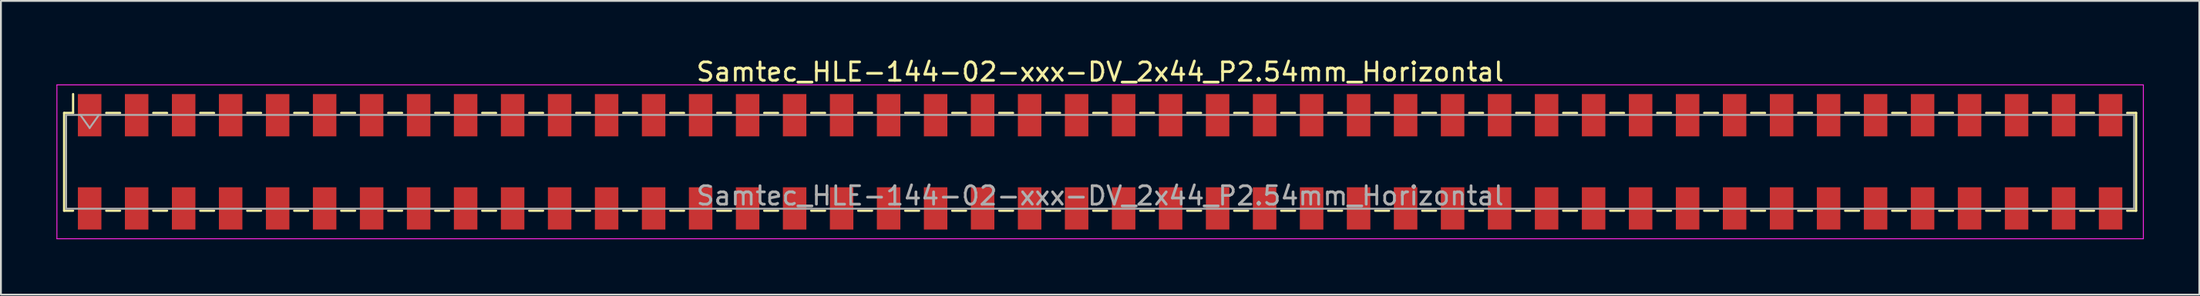
<source format=kicad_pcb>
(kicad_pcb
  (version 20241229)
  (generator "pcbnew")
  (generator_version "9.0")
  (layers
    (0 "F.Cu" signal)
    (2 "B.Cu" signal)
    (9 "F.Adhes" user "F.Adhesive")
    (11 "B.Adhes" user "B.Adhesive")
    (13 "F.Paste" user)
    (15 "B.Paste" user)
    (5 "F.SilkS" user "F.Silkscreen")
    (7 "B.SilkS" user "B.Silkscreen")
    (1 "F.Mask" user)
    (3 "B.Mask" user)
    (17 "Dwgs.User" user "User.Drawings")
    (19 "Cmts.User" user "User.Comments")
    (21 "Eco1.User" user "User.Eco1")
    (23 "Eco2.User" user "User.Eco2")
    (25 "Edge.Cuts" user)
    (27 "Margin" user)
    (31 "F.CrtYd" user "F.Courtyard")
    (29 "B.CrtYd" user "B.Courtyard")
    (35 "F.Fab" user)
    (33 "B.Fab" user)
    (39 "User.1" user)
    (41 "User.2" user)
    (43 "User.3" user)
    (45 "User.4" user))
  (footprint "Samtec_HLE-144-02-xxx-DV_2x44_P2.54mm_Horizontal"
    (layer "F.Cu")
    (at 56.405 5.718)
    (property "Reference" "Samtec_HLE-144-02-xxx-DV_2x44_P2.54mm_Horizontal" (at 0 -4.87 0) (layer "F.SilkS") (effects (font (size 1 1) (thickness 0.15))))
    (attr smd)
    (fp_line (start -55.99 -2.65) (end -55.99 2.65) (stroke (width 0.12) (type solid)) (layer "F.SilkS"))
    (fp_line (start -55.99 2.65) (end -55.505 2.65) (stroke (width 0.12) (type solid)) (layer "F.SilkS"))
    (fp_line (start -55.505 -3.67) (end -55.505 -2.65) (stroke (width 0.12) (type solid)) (layer "F.SilkS"))
    (fp_line (start -55.505 -2.65) (end -55.99 -2.65) (stroke (width 0.12) (type solid)) (layer "F.SilkS"))
    (fp_line (start -53.715 -2.65) (end -52.965 -2.65) (stroke (width 0.12) (type solid)) (layer "F.SilkS"))
    (fp_line (start -53.715 2.65) (end -52.965 2.65) (stroke (width 0.12) (type solid)) (layer "F.SilkS"))
    (fp_line (start -51.175 -2.65) (end -50.425 -2.65) (stroke (width 0.12) (type solid)) (layer "F.SilkS"))
    (fp_line (start -51.175 2.65) (end -50.425 2.65) (stroke (width 0.12) (type solid)) (layer "F.SilkS"))
    (fp_line (start -48.635 -2.65) (end -47.885 -2.65) (stroke (width 0.12) (type solid)) (layer "F.SilkS"))
    (fp_line (start -48.635 2.65) (end -47.885 2.65) (stroke (width 0.12) (type solid)) (layer "F.SilkS"))
    (fp_line (start -46.095 -2.65) (end -45.345 -2.65) (stroke (width 0.12) (type solid)) (layer "F.SilkS"))
    (fp_line (start -46.095 2.65) (end -45.345 2.65) (stroke (width 0.12) (type solid)) (layer "F.SilkS"))
    (fp_line (start -43.555 -2.65) (end -42.805 -2.65) (stroke (width 0.12) (type solid)) (layer "F.SilkS"))
    (fp_line (start -43.555 2.65) (end -42.805 2.65) (stroke (width 0.12) (type solid)) (layer "F.SilkS"))
    (fp_line (start -41.015 -2.65) (end -40.265 -2.65) (stroke (width 0.12) (type solid)) (layer "F.SilkS"))
    (fp_line (start -41.015 2.65) (end -40.265 2.65) (stroke (width 0.12) (type solid)) (layer "F.SilkS"))
    (fp_line (start -38.475 -2.65) (end -37.725 -2.65) (stroke (width 0.12) (type solid)) (layer "F.SilkS"))
    (fp_line (start -38.475 2.65) (end -37.725 2.65) (stroke (width 0.12) (type solid)) (layer "F.SilkS"))
    (fp_line (start -35.935 -2.65) (end -35.185 -2.65) (stroke (width 0.12) (type solid)) (layer "F.SilkS"))
    (fp_line (start -35.935 2.65) (end -35.185 2.65) (stroke (width 0.12) (type solid)) (layer "F.SilkS"))
    (fp_line (start -33.395 -2.65) (end -32.645 -2.65) (stroke (width 0.12) (type solid)) (layer "F.SilkS"))
    (fp_line (start -33.395 2.65) (end -32.645 2.65) (stroke (width 0.12) (type solid)) (layer "F.SilkS"))
    (fp_line (start -30.855 -2.65) (end -30.105 -2.65) (stroke (width 0.12) (type solid)) (layer "F.SilkS"))
    (fp_line (start -30.855 2.65) (end -30.105 2.65) (stroke (width 0.12) (type solid)) (layer "F.SilkS"))
    (fp_line (start -28.315 -2.65) (end -27.565 -2.65) (stroke (width 0.12) (type solid)) (layer "F.SilkS"))
    (fp_line (start -28.315 2.65) (end -27.565 2.65) (stroke (width 0.12) (type solid)) (layer "F.SilkS"))
    (fp_line (start -25.775 -2.65) (end -25.025 -2.65) (stroke (width 0.12) (type solid)) (layer "F.SilkS"))
    (fp_line (start -25.775 2.65) (end -25.025 2.65) (stroke (width 0.12) (type solid)) (layer "F.SilkS"))
    (fp_line (start -23.235 -2.65) (end -22.485 -2.65) (stroke (width 0.12) (type solid)) (layer "F.SilkS"))
    (fp_line (start -23.235 2.65) (end -22.485 2.65) (stroke (width 0.12) (type solid)) (layer "F.SilkS"))
    (fp_line (start -20.695 -2.65) (end -19.945 -2.65) (stroke (width 0.12) (type solid)) (layer "F.SilkS"))
    (fp_line (start -20.695 2.65) (end -19.945 2.65) (stroke (width 0.12) (type solid)) (layer "F.SilkS"))
    (fp_line (start -18.155 -2.65) (end -17.405 -2.65) (stroke (width 0.12) (type solid)) (layer "F.SilkS"))
    (fp_line (start -18.155 2.65) (end -17.405 2.65) (stroke (width 0.12) (type solid)) (layer "F.SilkS"))
    (fp_line (start -15.615 -2.65) (end -14.865 -2.65) (stroke (width 0.12) (type solid)) (layer "F.SilkS"))
    (fp_line (start -15.615 2.65) (end -14.865 2.65) (stroke (width 0.12) (type solid)) (layer "F.SilkS"))
    (fp_line (start -13.075 -2.65) (end -12.325 -2.65) (stroke (width 0.12) (type solid)) (layer "F.SilkS"))
    (fp_line (start -13.075 2.65) (end -12.325 2.65) (stroke (width 0.12) (type solid)) (layer "F.SilkS"))
    (fp_line (start -10.535 -2.65) (end -9.785 -2.65) (stroke (width 0.12) (type solid)) (layer "F.SilkS"))
    (fp_line (start -10.535 2.65) (end -9.785 2.65) (stroke (width 0.12) (type solid)) (layer "F.SilkS"))
    (fp_line (start -7.995 -2.65) (end -7.245 -2.65) (stroke (width 0.12) (type solid)) (layer "F.SilkS"))
    (fp_line (start -7.995 2.65) (end -7.245 2.65) (stroke (width 0.12) (type solid)) (layer "F.SilkS"))
    (fp_line (start -5.455 -2.65) (end -4.705 -2.65) (stroke (width 0.12) (type solid)) (layer "F.SilkS"))
    (fp_line (start -5.455 2.65) (end -4.705 2.65) (stroke (width 0.12) (type solid)) (layer "F.SilkS"))
    (fp_line (start -2.915 -2.65) (end -2.165 -2.65) (stroke (width 0.12) (type solid)) (layer "F.SilkS"))
    (fp_line (start -2.915 2.65) (end -2.165 2.65) (stroke (width 0.12) (type solid)) (layer "F.SilkS"))
    (fp_line (start -0.375 -2.65) (end 0.375 -2.65) (stroke (width 0.12) (type solid)) (layer "F.SilkS"))
    (fp_line (start -0.375 2.65) (end 0.375 2.65) (stroke (width 0.12) (type solid)) (layer "F.SilkS"))
    (fp_line (start 2.165 -2.65) (end 2.915 -2.65) (stroke (width 0.12) (type solid)) (layer "F.SilkS"))
    (fp_line (start 2.165 2.65) (end 2.915 2.65) (stroke (width 0.12) (type solid)) (layer "F.SilkS"))
    (fp_line (start 4.705 -2.65) (end 5.455 -2.65) (stroke (width 0.12) (type solid)) (layer "F.SilkS"))
    (fp_line (start 4.705 2.65) (end 5.455 2.65) (stroke (width 0.12) (type solid)) (layer "F.SilkS"))
    (fp_line (start 7.245 -2.65) (end 7.995 -2.65) (stroke (width 0.12) (type solid)) (layer "F.SilkS"))
    (fp_line (start 7.245 2.65) (end 7.995 2.65) (stroke (width 0.12) (type solid)) (layer "F.SilkS"))
    (fp_line (start 9.785 -2.65) (end 10.535 -2.65) (stroke (width 0.12) (type solid)) (layer "F.SilkS"))
    (fp_line (start 9.785 2.65) (end 10.535 2.65) (stroke (width 0.12) (type solid)) (layer "F.SilkS"))
    (fp_line (start 12.325 -2.65) (end 13.075 -2.65) (stroke (width 0.12) (type solid)) (layer "F.SilkS"))
    (fp_line (start 12.325 2.65) (end 13.075 2.65) (stroke (width 0.12) (type solid)) (layer "F.SilkS"))
    (fp_line (start 14.865 -2.65) (end 15.615 -2.65) (stroke (width 0.12) (type solid)) (layer "F.SilkS"))
    (fp_line (start 14.865 2.65) (end 15.615 2.65) (stroke (width 0.12) (type solid)) (layer "F.SilkS"))
    (fp_line (start 17.405 -2.65) (end 18.155 -2.65) (stroke (width 0.12) (type solid)) (layer "F.SilkS"))
    (fp_line (start 17.405 2.65) (end 18.155 2.65) (stroke (width 0.12) (type solid)) (layer "F.SilkS"))
    (fp_line (start 19.945 -2.65) (end 20.695 -2.65) (stroke (width 0.12) (type solid)) (layer "F.SilkS"))
    (fp_line (start 19.945 2.65) (end 20.695 2.65) (stroke (width 0.12) (type solid)) (layer "F.SilkS"))
    (fp_line (start 22.485 -2.65) (end 23.235 -2.65) (stroke (width 0.12) (type solid)) (layer "F.SilkS"))
    (fp_line (start 22.485 2.65) (end 23.235 2.65) (stroke (width 0.12) (type solid)) (layer "F.SilkS"))
    (fp_line (start 25.025 -2.65) (end 25.775 -2.65) (stroke (width 0.12) (type solid)) (layer "F.SilkS"))
    (fp_line (start 25.025 2.65) (end 25.775 2.65) (stroke (width 0.12) (type solid)) (layer "F.SilkS"))
    (fp_line (start 27.565 -2.65) (end 28.315 -2.65) (stroke (width 0.12) (type solid)) (layer "F.SilkS"))
    (fp_line (start 27.565 2.65) (end 28.315 2.65) (stroke (width 0.12) (type solid)) (layer "F.SilkS"))
    (fp_line (start 30.105 -2.65) (end 30.855 -2.65) (stroke (width 0.12) (type solid)) (layer "F.SilkS"))
    (fp_line (start 30.105 2.65) (end 30.855 2.65) (stroke (width 0.12) (type solid)) (layer "F.SilkS"))
    (fp_line (start 32.645 -2.65) (end 33.395 -2.65) (stroke (width 0.12) (type solid)) (layer "F.SilkS"))
    (fp_line (start 32.645 2.65) (end 33.395 2.65) (stroke (width 0.12) (type solid)) (layer "F.SilkS"))
    (fp_line (start 35.185 -2.65) (end 35.935 -2.65) (stroke (width 0.12) (type solid)) (layer "F.SilkS"))
    (fp_line (start 35.185 2.65) (end 35.935 2.65) (stroke (width 0.12) (type solid)) (layer "F.SilkS"))
    (fp_line (start 37.725 -2.65) (end 38.475 -2.65) (stroke (width 0.12) (type solid)) (layer "F.SilkS"))
    (fp_line (start 37.725 2.65) (end 38.475 2.65) (stroke (width 0.12) (type solid)) (layer "F.SilkS"))
    (fp_line (start 40.265 -2.65) (end 41.015 -2.65) (stroke (width 0.12) (type solid)) (layer "F.SilkS"))
    (fp_line (start 40.265 2.65) (end 41.015 2.65) (stroke (width 0.12) (type solid)) (layer "F.SilkS"))
    (fp_line (start 42.805 -2.65) (end 43.555 -2.65) (stroke (width 0.12) (type solid)) (layer "F.SilkS"))
    (fp_line (start 42.805 2.65) (end 43.555 2.65) (stroke (width 0.12) (type solid)) (layer "F.SilkS"))
    (fp_line (start 45.345 -2.65) (end 46.095 -2.65) (stroke (width 0.12) (type solid)) (layer "F.SilkS"))
    (fp_line (start 45.345 2.65) (end 46.095 2.65) (stroke (width 0.12) (type solid)) (layer "F.SilkS"))
    (fp_line (start 47.885 -2.65) (end 48.635 -2.65) (stroke (width 0.12) (type solid)) (layer "F.SilkS"))
    (fp_line (start 47.885 2.65) (end 48.635 2.65) (stroke (width 0.12) (type solid)) (layer "F.SilkS"))
    (fp_line (start 50.425 -2.65) (end 51.175 -2.65) (stroke (width 0.12) (type solid)) (layer "F.SilkS"))
    (fp_line (start 50.425 2.65) (end 51.175 2.65) (stroke (width 0.12) (type solid)) (layer "F.SilkS"))
    (fp_line (start 52.965 -2.65) (end 53.715 -2.65) (stroke (width 0.12) (type solid)) (layer "F.SilkS"))
    (fp_line (start 52.965 2.65) (end 53.715 2.65) (stroke (width 0.12) (type solid)) (layer "F.SilkS"))
    (fp_line (start 55.505 -2.65) (end 55.99 -2.65) (stroke (width 0.12) (type solid)) (layer "F.SilkS"))
    (fp_line (start 55.99 -2.65) (end 55.99 2.65) (stroke (width 0.12) (type solid)) (layer "F.SilkS"))
    (fp_line (start 55.99 2.65) (end 55.505 2.65) (stroke (width 0.12) (type solid)) (layer "F.SilkS"))
    (fp_line (start -56.38 -4.17) (end 56.38 -4.17) (stroke (width 0.05) (type solid)) (layer "F.CrtYd"))
    (fp_line (start -56.38 4.17) (end -56.38 -4.17) (stroke (width 0.05) (type solid)) (layer "F.CrtYd"))
    (fp_line (start 56.38 -4.17) (end 56.38 4.17) (stroke (width 0.05) (type solid)) (layer "F.CrtYd"))
    (fp_line (start 56.38 4.17) (end -56.38 4.17) (stroke (width 0.05) (type solid)) (layer "F.CrtYd"))
    (fp_line (start -55.88 -2.54) (end 55.88 -2.54) (stroke (width 0.1) (type solid)) (layer "F.Fab"))
    (fp_line (start -55.88 2.54) (end -55.88 -2.54) (stroke (width 0.1) (type solid)) (layer "F.Fab"))
    (fp_line (start -55.11 -2.54) (end -54.61 -1.833) (stroke (width 0.1) (type solid)) (layer "F.Fab"))
    (fp_line (start -54.61 -1.833) (end -54.11 -2.54) (stroke (width 0.1) (type solid)) (layer "F.Fab"))
    (fp_line (start 55.88 -2.54) (end 55.88 2.54) (stroke (width 0.1) (type solid)) (layer "F.Fab"))
    (fp_line (start 55.88 2.54) (end -55.88 2.54) (stroke (width 0.1) (type solid)) (layer "F.Fab"))
    (fp_text user "${REFERENCE}" (at 0 1.84 0) (layer "F.Fab") (effects (font (size 1 1) (thickness 0.15))))
    (pad "1" smd rect (at -54.61 -2.525) (size 1.27 2.29) (layers "F.Cu" "F.Mask" "F.Paste"))
    (pad "2" smd rect (at -54.61 2.525) (size 1.27 2.29) (layers "F.Cu" "F.Mask" "F.Paste"))
    (pad "3" smd rect (at -52.07 -2.525) (size 1.27 2.29) (layers "F.Cu" "F.Mask" "F.Paste"))
    (pad "4" smd rect (at -52.07 2.525) (size 1.27 2.29) (layers "F.Cu" "F.Mask" "F.Paste"))
    (pad "5" smd rect (at -49.53 -2.525) (size 1.27 2.29) (layers "F.Cu" "F.Mask" "F.Paste"))
    (pad "6" smd rect (at -49.53 2.525) (size 1.27 2.29) (layers "F.Cu" "F.Mask" "F.Paste"))
    (pad "7" smd rect (at -46.99 -2.525) (size 1.27 2.29) (layers "F.Cu" "F.Mask" "F.Paste"))
    (pad "8" smd rect (at -46.99 2.525) (size 1.27 2.29) (layers "F.Cu" "F.Mask" "F.Paste"))
    (pad "9" smd rect (at -44.45 -2.525) (size 1.27 2.29) (layers "F.Cu" "F.Mask" "F.Paste"))
    (pad "10" smd rect (at -44.45 2.525) (size 1.27 2.29) (layers "F.Cu" "F.Mask" "F.Paste"))
    (pad "11" smd rect (at -41.91 -2.525) (size 1.27 2.29) (layers "F.Cu" "F.Mask" "F.Paste"))
    (pad "12" smd rect (at -41.91 2.525) (size 1.27 2.29) (layers "F.Cu" "F.Mask" "F.Paste"))
    (pad "13" smd rect (at -39.37 -2.525) (size 1.27 2.29) (layers "F.Cu" "F.Mask" "F.Paste"))
    (pad "14" smd rect (at -39.37 2.525) (size 1.27 2.29) (layers "F.Cu" "F.Mask" "F.Paste"))
    (pad "15" smd rect (at -36.83 -2.525) (size 1.27 2.29) (layers "F.Cu" "F.Mask" "F.Paste"))
    (pad "16" smd rect (at -36.83 2.525) (size 1.27 2.29) (layers "F.Cu" "F.Mask" "F.Paste"))
    (pad "17" smd rect (at -34.29 -2.525) (size 1.27 2.29) (layers "F.Cu" "F.Mask" "F.Paste"))
    (pad "18" smd rect (at -34.29 2.525) (size 1.27 2.29) (layers "F.Cu" "F.Mask" "F.Paste"))
    (pad "19" smd rect (at -31.75 -2.525) (size 1.27 2.29) (layers "F.Cu" "F.Mask" "F.Paste"))
    (pad "20" smd rect (at -31.75 2.525) (size 1.27 2.29) (layers "F.Cu" "F.Mask" "F.Paste"))
    (pad "21" smd rect (at -29.21 -2.525) (size 1.27 2.29) (layers "F.Cu" "F.Mask" "F.Paste"))
    (pad "22" smd rect (at -29.21 2.525) (size 1.27 2.29) (layers "F.Cu" "F.Mask" "F.Paste"))
    (pad "23" smd rect (at -26.67 -2.525) (size 1.27 2.29) (layers "F.Cu" "F.Mask" "F.Paste"))
    (pad "24" smd rect (at -26.67 2.525) (size 1.27 2.29) (layers "F.Cu" "F.Mask" "F.Paste"))
    (pad "25" smd rect (at -24.13 -2.525) (size 1.27 2.29) (layers "F.Cu" "F.Mask" "F.Paste"))
    (pad "26" smd rect (at -24.13 2.525) (size 1.27 2.29) (layers "F.Cu" "F.Mask" "F.Paste"))
    (pad "27" smd rect (at -21.59 -2.525) (size 1.27 2.29) (layers "F.Cu" "F.Mask" "F.Paste"))
    (pad "28" smd rect (at -21.59 2.525) (size 1.27 2.29) (layers "F.Cu" "F.Mask" "F.Paste"))
    (pad "29" smd rect (at -19.05 -2.525) (size 1.27 2.29) (layers "F.Cu" "F.Mask" "F.Paste"))
    (pad "30" smd rect (at -19.05 2.525) (size 1.27 2.29) (layers "F.Cu" "F.Mask" "F.Paste"))
    (pad "31" smd rect (at -16.51 -2.525) (size 1.27 2.29) (layers "F.Cu" "F.Mask" "F.Paste"))
    (pad "32" smd rect (at -16.51 2.525) (size 1.27 2.29) (layers "F.Cu" "F.Mask" "F.Paste"))
    (pad "33" smd rect (at -13.97 -2.525) (size 1.27 2.29) (layers "F.Cu" "F.Mask" "F.Paste"))
    (pad "34" smd rect (at -13.97 2.525) (size 1.27 2.29) (layers "F.Cu" "F.Mask" "F.Paste"))
    (pad "35" smd rect (at -11.43 -2.525) (size 1.27 2.29) (layers "F.Cu" "F.Mask" "F.Paste"))
    (pad "36" smd rect (at -11.43 2.525) (size 1.27 2.29) (layers "F.Cu" "F.Mask" "F.Paste"))
    (pad "37" smd rect (at -8.89 -2.525) (size 1.27 2.29) (layers "F.Cu" "F.Mask" "F.Paste"))
    (pad "38" smd rect (at -8.89 2.525) (size 1.27 2.29) (layers "F.Cu" "F.Mask" "F.Paste"))
    (pad "39" smd rect (at -6.35 -2.525) (size 1.27 2.29) (layers "F.Cu" "F.Mask" "F.Paste"))
    (pad "40" smd rect (at -6.35 2.525) (size 1.27 2.29) (layers "F.Cu" "F.Mask" "F.Paste"))
    (pad "41" smd rect (at -3.81 -2.525) (size 1.27 2.29) (layers "F.Cu" "F.Mask" "F.Paste"))
    (pad "42" smd rect (at -3.81 2.525) (size 1.27 2.29) (layers "F.Cu" "F.Mask" "F.Paste"))
    (pad "43" smd rect (at -1.27 -2.525) (size 1.27 2.29) (layers "F.Cu" "F.Mask" "F.Paste"))
    (pad "44" smd rect (at -1.27 2.525) (size 1.27 2.29) (layers "F.Cu" "F.Mask" "F.Paste"))
    (pad "45" smd rect (at 1.27 -2.525) (size 1.27 2.29) (layers "F.Cu" "F.Mask" "F.Paste"))
    (pad "46" smd rect (at 1.27 2.525) (size 1.27 2.29) (layers "F.Cu" "F.Mask" "F.Paste"))
    (pad "47" smd rect (at 3.81 -2.525) (size 1.27 2.29) (layers "F.Cu" "F.Mask" "F.Paste"))
    (pad "48" smd rect (at 3.81 2.525) (size 1.27 2.29) (layers "F.Cu" "F.Mask" "F.Paste"))
    (pad "49" smd rect (at 6.35 -2.525) (size 1.27 2.29) (layers "F.Cu" "F.Mask" "F.Paste"))
    (pad "50" smd rect (at 6.35 2.525) (size 1.27 2.29) (layers "F.Cu" "F.Mask" "F.Paste"))
    (pad "51" smd rect (at 8.89 -2.525) (size 1.27 2.29) (layers "F.Cu" "F.Mask" "F.Paste"))
    (pad "52" smd rect (at 8.89 2.525) (size 1.27 2.29) (layers "F.Cu" "F.Mask" "F.Paste"))
    (pad "53" smd rect (at 11.43 -2.525) (size 1.27 2.29) (layers "F.Cu" "F.Mask" "F.Paste"))
    (pad "54" smd rect (at 11.43 2.525) (size 1.27 2.29) (layers "F.Cu" "F.Mask" "F.Paste"))
    (pad "55" smd rect (at 13.97 -2.525) (size 1.27 2.29) (layers "F.Cu" "F.Mask" "F.Paste"))
    (pad "56" smd rect (at 13.97 2.525) (size 1.27 2.29) (layers "F.Cu" "F.Mask" "F.Paste"))
    (pad "57" smd rect (at 16.51 -2.525) (size 1.27 2.29) (layers "F.Cu" "F.Mask" "F.Paste"))
    (pad "58" smd rect (at 16.51 2.525) (size 1.27 2.29) (layers "F.Cu" "F.Mask" "F.Paste"))
    (pad "59" smd rect (at 19.05 -2.525) (size 1.27 2.29) (layers "F.Cu" "F.Mask" "F.Paste"))
    (pad "60" smd rect (at 19.05 2.525) (size 1.27 2.29) (layers "F.Cu" "F.Mask" "F.Paste"))
    (pad "61" smd rect (at 21.59 -2.525) (size 1.27 2.29) (layers "F.Cu" "F.Mask" "F.Paste"))
    (pad "62" smd rect (at 21.59 2.525) (size 1.27 2.29) (layers "F.Cu" "F.Mask" "F.Paste"))
    (pad "63" smd rect (at 24.13 -2.525) (size 1.27 2.29) (layers "F.Cu" "F.Mask" "F.Paste"))
    (pad "64" smd rect (at 24.13 2.525) (size 1.27 2.29) (layers "F.Cu" "F.Mask" "F.Paste"))
    (pad "65" smd rect (at 26.67 -2.525) (size 1.27 2.29) (layers "F.Cu" "F.Mask" "F.Paste"))
    (pad "66" smd rect (at 26.67 2.525) (size 1.27 2.29) (layers "F.Cu" "F.Mask" "F.Paste"))
    (pad "67" smd rect (at 29.21 -2.525) (size 1.27 2.29) (layers "F.Cu" "F.Mask" "F.Paste"))
    (pad "68" smd rect (at 29.21 2.525) (size 1.27 2.29) (layers "F.Cu" "F.Mask" "F.Paste"))
    (pad "69" smd rect (at 31.75 -2.525) (size 1.27 2.29) (layers "F.Cu" "F.Mask" "F.Paste"))
    (pad "70" smd rect (at 31.75 2.525) (size 1.27 2.29) (layers "F.Cu" "F.Mask" "F.Paste"))
    (pad "71" smd rect (at 34.29 -2.525) (size 1.27 2.29) (layers "F.Cu" "F.Mask" "F.Paste"))
    (pad "72" smd rect (at 34.29 2.525) (size 1.27 2.29) (layers "F.Cu" "F.Mask" "F.Paste"))
    (pad "73" smd rect (at 36.83 -2.525) (size 1.27 2.29) (layers "F.Cu" "F.Mask" "F.Paste"))
    (pad "74" smd rect (at 36.83 2.525) (size 1.27 2.29) (layers "F.Cu" "F.Mask" "F.Paste"))
    (pad "75" smd rect (at 39.37 -2.525) (size 1.27 2.29) (layers "F.Cu" "F.Mask" "F.Paste"))
    (pad "76" smd rect (at 39.37 2.525) (size 1.27 2.29) (layers "F.Cu" "F.Mask" "F.Paste"))
    (pad "77" smd rect (at 41.91 -2.525) (size 1.27 2.29) (layers "F.Cu" "F.Mask" "F.Paste"))
    (pad "78" smd rect (at 41.91 2.525) (size 1.27 2.29) (layers "F.Cu" "F.Mask" "F.Paste"))
    (pad "79" smd rect (at 44.45 -2.525) (size 1.27 2.29) (layers "F.Cu" "F.Mask" "F.Paste"))
    (pad "80" smd rect (at 44.45 2.525) (size 1.27 2.29) (layers "F.Cu" "F.Mask" "F.Paste"))
    (pad "81" smd rect (at 46.99 -2.525) (size 1.27 2.29) (layers "F.Cu" "F.Mask" "F.Paste"))
    (pad "82" smd rect (at 46.99 2.525) (size 1.27 2.29) (layers "F.Cu" "F.Mask" "F.Paste"))
    (pad "83" smd rect (at 49.53 -2.525) (size 1.27 2.29) (layers "F.Cu" "F.Mask" "F.Paste"))
    (pad "84" smd rect (at 49.53 2.525) (size 1.27 2.29) (layers "F.Cu" "F.Mask" "F.Paste"))
    (pad "85" smd rect (at 52.07 -2.525) (size 1.27 2.29) (layers "F.Cu" "F.Mask" "F.Paste"))
    (pad "86" smd rect (at 52.07 2.525) (size 1.27 2.29) (layers "F.Cu" "F.Mask" "F.Paste"))
    (pad "87" smd rect (at 54.61 -2.525) (size 1.27 2.29) (layers "F.Cu" "F.Mask" "F.Paste"))
    (pad "88" smd rect (at 54.61 2.525) (size 1.27 2.29) (layers "F.Cu" "F.Mask" "F.Paste")))
  (gr_rect
    (start -3 -3)
    (end 115.81 12.913)
    (stroke (width 0.1) (type default))
    (fill no)
    (layer "Edge.Cuts")))
</source>
